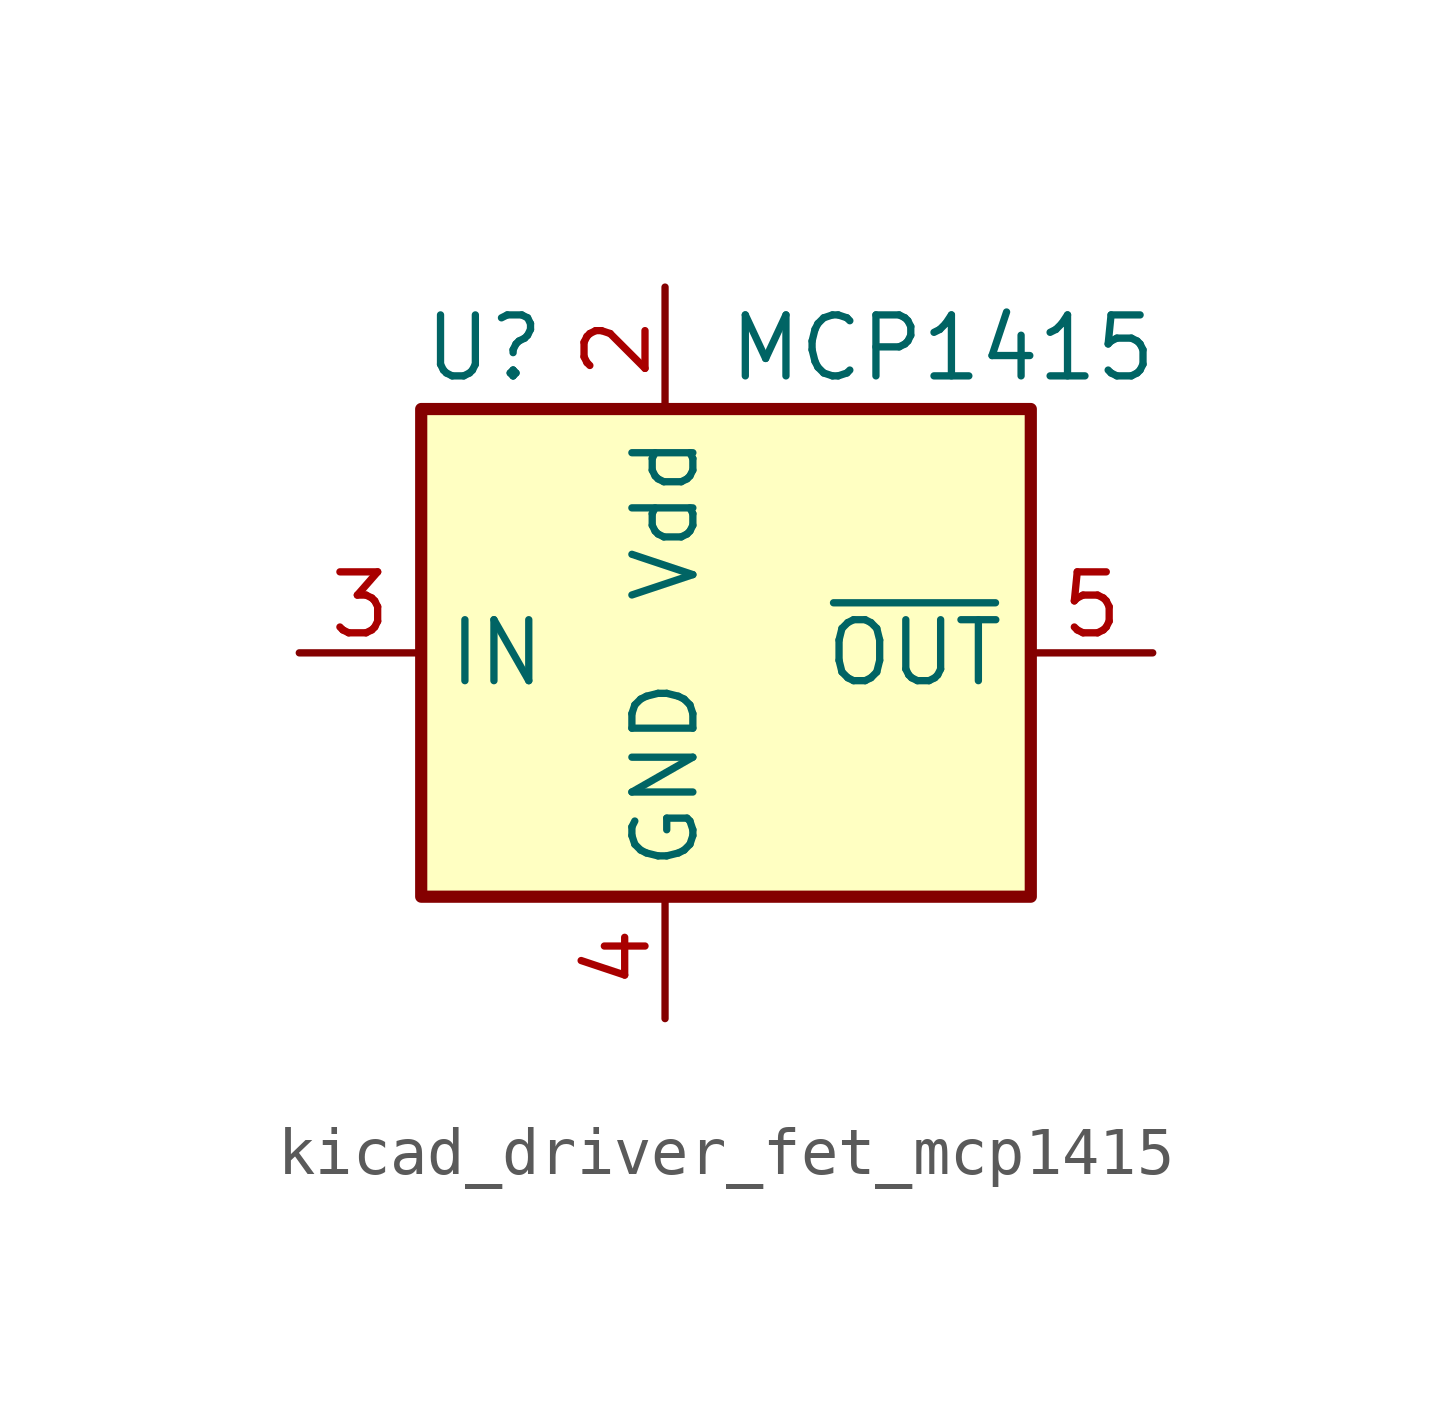
<source format=kicad_sym>
(kicad_symbol_lib
  (version 20220914)
  (generator kicad_symbol_editor)
  (symbol "kicad_driver_fet_mcp1415"
    (property "Reference" "U"
      (at -5.08 6.35 0)
      (effects (font (size 1.27 1.27)) (justify left)))
    (property "Value" "MCP1415"
      (at 1.27 6.35 0)
      (effects (font (size 1.27 1.27)) (justify left)))
    (symbol "kicad_driver_fet_mcp1415_0_1"
      (rectangle (start -5.08 5.08) (end 7.62 -5.08) (stroke (width 0.254) (type default)) (fill (type background))))
    (symbol "kicad_driver_fet_mcp1415_1_1"
      (pin no_connect line (at 7.62 -2.54 180) (length 2.54) hide (name "NC" (effects (font (size 1.27 1.27)))) (number "1" (effects (font (size 1.27 1.27)))))
      (pin power_in line (at 0 7.62 270) (length 2.54) (name "Vdd" (effects (font (size 1.27 1.27)))) (number "2" (effects (font (size 1.27 1.27)))))
      (pin input line (at -7.62 0 0) (length 2.54) (name "IN" (effects (font (size 1.27 1.27)))) (number "3" (effects (font (size 1.27 1.27)))))
      (pin power_in line (at 0 -7.62 90) (length 2.54) (name "GND" (effects (font (size 1.27 1.27)))) (number "4" (effects (font (size 1.27 1.27)))))
      (pin output line (at 10.16 0 180) (length 2.54) (name "~{OUT}" (effects (font (size 1.27 1.27)))) (number "5" (effects (font (size 1.27 1.27))))))))
</source>
